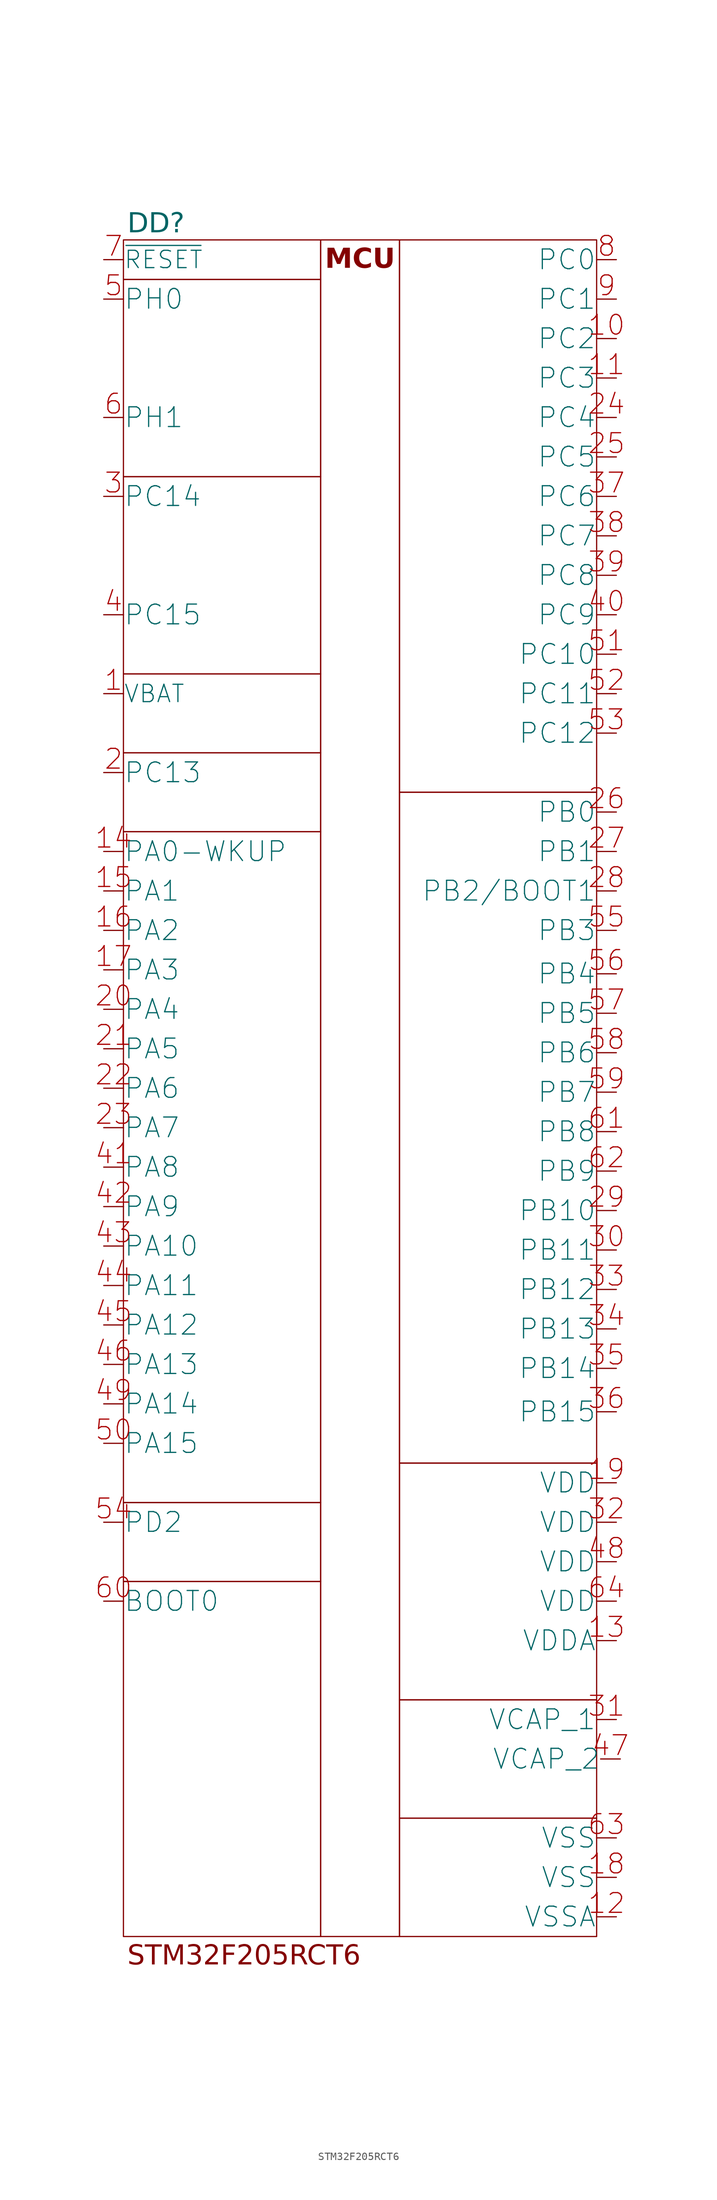
<source format=kicad_sym>
(kicad_symbol_lib
  (version 20220914)
  (generator kicad_symbol_editor)
  (symbol "STM32F205RCT6"
    (pin_names
      (offset 0.0001))
    (property "Reference" "DD"
      (at 3 4.5 0)
      (effects (font (face "GOST type A") (size 2.5 2.5) italic) (justify left)))
    (property "Value" ""
      (at -2 3 0)
      (effects (font (size 1.27 1.27))))
    (symbol "STM32F205RCT6_0_1"
      (rectangle (start 2.5 -167.5) (end 27.5 -212.5) (stroke (width 0) (type default)) (fill (type none)))
      (rectangle (start 2.5 -157.5) (end 27.5 -167.5) (stroke (width 0) (type default)) (fill (type none)))
      (rectangle (start 2.5 -72.5) (end 27.5 -157.5) (stroke (width 0) (type default)) (fill (type none)))
      (rectangle (start 2.5 -62.5) (end 27.5 -72.5) (stroke (width 0) (type default)) (fill (type none)))
      (rectangle (start 2.5 -52.5) (end 27.5 -62.5) (stroke (width 0) (type default)) (fill (type none)))
      (rectangle (start 2.5 -27.5) (end 27.5 -52.5) (stroke (width 0) (type default)) (fill (type none)))
      (rectangle (start 2.5 -2.5) (end 27.5 -27.5) (stroke (width 0) (type default)) (fill (type none)))
      (rectangle (start 2.5 2.5) (end 27.5 -2.5) (stroke (width 0) (type default)) (fill (type none)))
      (rectangle (start 27.5 2.5) (end 37.5 -212.5) (stroke (width 0) (type default)) (fill (type none)))
      (rectangle (start 37.5 -197.5) (end 62.5 -212.5) (stroke (width 0) (type default)) (fill (type none)))
      (rectangle (start 37.5 -182.5) (end 62.5 -197.5) (stroke (width 0) (type default)) (fill (type none)))
      (rectangle (start 37.5 -152.5) (end 62.5 -182.5) (stroke (width 0) (type default)) (fill (type none)))
      (rectangle (start 37.5 -67.5) (end 62.5 -152.5) (stroke (width 0) (type default)) (fill (type none)))
      (rectangle (start 37.5 2.5) (end 62.5 -67.5) (stroke (width 0) (type default)) (fill (type none))))
    (symbol "STM32F205RCT6_1_1"
      (text "MCU\n" (at 32.5 0 0) (effects (font (face "GOST type A") (size 2.5 2.5) bold)))
      (text "STM32F205RCT6" (at 3 -215 0) (effects (font (face "GOST type A") (size 2.5 2.5) italic) (justify left)))
      (pin input line (at 0 -55 0) (length 2.5) (name "VBAT" (effects (font (size 2.2 2.2)))) (number "1" (effects (font (size 2.5 2.5)))))
      (pin bidirectional line (at 65 -10 180) (length 2.5) (name "PC2" (effects (font (size 2.5 2.5)))) (number "10" (effects (font (size 2.5 2.5)))) (alternate "ADC123_IN12" bidirectional line) (alternate "OTG_HS_ULPI_DIR" bidirectional line) (alternate "RTH_MII_TXD2" bidirectional line) (alternate "SPI2_MISO" bidirectional line))
      (pin bidirectional line (at 65 -15 180) (length 2.5) (name "PC3" (effects (font (size 2.5 2.5)))) (number "11" (effects (font (size 2.5 2.5)))) (alternate "ADC123_IN13" bidirectional line) (alternate "I2S2_SD" bidirectional line) (alternate "OTG_HS_ULPI_NXT" bidirectional line) (alternate "RTH_MII_TX_CLK" bidirectional line) (alternate "SPI2_MOSI" bidirectional line))
      (pin power_in line (at 65 -210 180) (length 2.5) (name "VSSA" (effects (font (size 2.5 2.5)))) (number "12" (effects (font (size 2.5 2.5)))))
      (pin power_in line (at 65 -175 180) (length 2.5) (name "VDDA" (effects (font (size 2.5 2.5)))) (number "13" (effects (font (size 2.5 2.5)))))
      (pin bidirectional line (at 0 -75 0) (length 2.5) (name "PA0-WKUP" (effects (font (size 2.5 2.5)))) (number "14" (effects (font (size 2.5 2.5)))) (alternate "ADC123_IN0" bidirectional line) (alternate "ETH_MII_CRS" bidirectional line) (alternate "TIM2_CH1_ETR" bidirectional line) (alternate "TIM5_CH1" bidirectional line) (alternate "TIM8_ETR" bidirectional line) (alternate "UART4_TX" bidirectional line) (alternate "USART2_CTS" bidirectional line))
      (pin bidirectional line (at 0 -80 0) (length 2.5) (name "PA1" (effects (font (size 2.5 2.5)))) (number "15" (effects (font (size 2.5 2.5)))) (alternate "ADC123_IN1" bidirectional line) (alternate "ETH_MII_RX_CLK" bidirectional line) (alternate "ETH_RMII_REF_CLK" bidirectional line) (alternate "TIM2_CH2" bidirectional line) (alternate "TIM5_CH2" bidirectional line) (alternate "UART4_RX" bidirectional line) (alternate "USART2_RTS" bidirectional line))
      (pin bidirectional line (at 0 -85 0) (length 2.5) (name "PA2" (effects (font (size 2.5 2.5)))) (number "16" (effects (font (size 2.5 2.5)))) (alternate "ADC123_IN2" bidirectional line) (alternate "ETH_MDIO" bidirectional line) (alternate "TIM2_CH3" bidirectional line) (alternate "TIM5_CH3" bidirectional line) (alternate "TIM9_CH1" bidirectional line) (alternate "USART2_TX" bidirectional line))
      (pin bidirectional line (at 0 -90 0) (length 2.5) (name "PA3" (effects (font (size 2.5 2.5)))) (number "17" (effects (font (size 2.5 2.5)))) (alternate "ADC123_IN3" bidirectional line) (alternate "ETH_MII_COL" bidirectional line) (alternate "OTG_HS_ULPI_D0" bidirectional line) (alternate "TIM2_CH4" bidirectional line) (alternate "TIM5_CH4" bidirectional line) (alternate "TIM9_CH2" bidirectional line) (alternate "USART2_RX" bidirectional line))
      (pin power_in line (at 65 -205 180) (length 2.5) (name "VSS" (effects (font (size 2.5 2.5)))) (number "18" (effects (font (size 2.5 2.5)))))
      (pin power_in line (at 65 -155 180) (length 2.5) (name "VDD" (effects (font (size 2.5 2.5)))) (number "19" (effects (font (size 2.5 2.5)))))
      (pin bidirectional line (at 0 -65 0) (length 2.5) (name "PC13" (effects (font (size 2.5 2.5)))) (number "2" (effects (font (size 2.5 2.5)))) (alternate "RTC_AF1" bidirectional line))
      (pin bidirectional line (at 0 -95 0) (length 2.5) (name "PA4" (effects (font (size 2.5 2.5)))) (number "20" (effects (font (size 2.5 2.5)))) (alternate "ADC12_IN4" bidirectional line) (alternate "DAC_OUT1" bidirectional line) (alternate "DCMI_HSYNC" bidirectional line) (alternate "I2S3_WS" bidirectional line) (alternate "OTG_HS_SOF" bidirectional line) (alternate "SPI1_NSS" bidirectional line) (alternate "SPI3_NSS" bidirectional line) (alternate "USART2_CK" bidirectional line))
      (pin bidirectional line (at 0 -100 0) (length 2.5) (name "PA5" (effects (font (size 2.5 2.5)))) (number "21" (effects (font (size 2.5 2.5)))) (alternate "ADC12_IN5" bidirectional line) (alternate "DAC_OUT2" bidirectional line) (alternate "OTG_HS_ULPI_CK" bidirectional line) (alternate "SPI1_SCK" bidirectional line) (alternate "TIM2_CH1_ETR" bidirectional line) (alternate "TIM8_CH1N" bidirectional line))
      (pin bidirectional line (at 0 -105 0) (length 2.5) (name "PA6" (effects (font (size 2.5 2.5)))) (number "22" (effects (font (size 2.5 2.5)))) (alternate "ADC12_IN6" bidirectional line) (alternate "DCMI_PIXCLK" bidirectional line) (alternate "SPI1_MISO" bidirectional line) (alternate "TIM13_CH1" bidirectional line) (alternate "TIM1_BKIN" bidirectional line) (alternate "TIM3_CH1" bidirectional line) (alternate "TIM8_BKIN" bidirectional line))
      (pin bidirectional line (at 0 -110 0) (length 2.5) (name "PA7" (effects (font (size 2.5 2.5)))) (number "23" (effects (font (size 2.5 2.5)))) (alternate "ADC12_IN7" bidirectional line) (alternate "ETH_MII_RX_DV" bidirectional line) (alternate "ETH_RMII_CRS_DV" bidirectional line) (alternate "SPI1_MOSI" bidirectional line) (alternate "TIM144_CH1" bidirectional line) (alternate "TIM1_CH1N" bidirectional line) (alternate "TIM3_CH2" bidirectional line) (alternate "TIM8_CH1N" bidirectional line))
      (pin bidirectional line (at 65 -20 180) (length 2.5) (name "PC4" (effects (font (size 2.5 2.5)))) (number "24" (effects (font (size 2.5 2.5)))) (alternate "ADC12_IN14" bidirectional line) (alternate "ETH_MII_RXD0" bidirectional line) (alternate "ETH_RMII_RXD0" bidirectional line))
      (pin bidirectional line (at 65 -25 180) (length 2.5) (name "PC5" (effects (font (size 2.5 2.5)))) (number "25" (effects (font (size 2.5 2.5)))) (alternate "ADC12_IN15" bidirectional line) (alternate "ETH_MII_RXD1" bidirectional line) (alternate "ETH_RMII_RXD1" bidirectional line))
      (pin bidirectional line (at 65 -70 180) (length 2.5) (name "PB0" (effects (font (size 2.5 2.5)))) (number "26" (effects (font (size 2.5 2.5)))) (alternate "ADC12_IN8" bidirectional line) (alternate "ETH_MII_RXD2" bidirectional line) (alternate "OTG_HS_ULPI_D1" bidirectional line) (alternate "TIM1_CH2N" bidirectional line) (alternate "TIM3_CH3" bidirectional line) (alternate "TIM8_CH2N" bidirectional line))
      (pin bidirectional line (at 65 -75 180) (length 2.5) (name "PB1" (effects (font (size 2.5 2.5)))) (number "27" (effects (font (size 2.5 2.5)))) (alternate "ADC12_IN9" bidirectional line) (alternate "ETH_MII_RXD3" bidirectional line) (alternate "OTG_HS_ULPI_D2" bidirectional line) (alternate "TIM1_CH3N" bidirectional line) (alternate "TIM3_CH4" bidirectional line) (alternate "TIM8CH3N" bidirectional line))
      (pin bidirectional line (at 65 -80 180) (length 2.5) (name "PB2/BOOT1" (effects (font (size 2.5 2.5)))) (number "28" (effects (font (size 2.5 2.5)))))
      (pin bidirectional line (at 65 -120.5 180) (length 2.5) (name "PB10" (effects (font (size 2.5 2.5)))) (number "29" (effects (font (size 2.5 2.5)))) (alternate "ETH_MII_RX_ER" bidirectional line) (alternate "I2C2_SCL" bidirectional line) (alternate "I2S2_SCK" bidirectional line) (alternate "OTG_HS_ULPI_D3" bidirectional line) (alternate "SPI2_SCK" bidirectional line) (alternate "TIM2_CH3" bidirectional line) (alternate "USART3_TX" bidirectional line))
      (pin bidirectional line (at 0 -30 0) (length 2.5) (name "PC14" (effects (font (size 2.5 2.5)))) (number "3" (effects (font (size 2.5 2.5)))) (alternate "OSC32_IN" bidirectional line))
      (pin bidirectional line (at 65 -125.5 180) (length 2.5) (name "PB11" (effects (font (size 2.5 2.5)))) (number "30" (effects (font (size 2.5 2.5)))) (alternate "ETH_MII_TX_EN" bidirectional line) (alternate "ETH_RMII_TX_EN" bidirectional line) (alternate "I2C2_SDA" bidirectional line) (alternate "OTG_HS_ULPI_D4" bidirectional line) (alternate "TIM2_CH4" bidirectional line) (alternate "USART3_RX" bidirectional line))
      (pin output line (at 65 -185 180) (length 2.5) (name "VCAP_1" (effects (font (size 2.5 2.5)))) (number "31" (effects (font (size 2.5 2.5)))))
      (pin power_in line (at 65 -160 180) (length 2.5) (name "VDD" (effects (font (size 2.5 2.5)))) (number "32" (effects (font (size 2.5 2.5)))))
      (pin bidirectional line (at 65 -130.5 180) (length 2.5) (name "PB12" (effects (font (size 2.5 2.5)))) (number "33" (effects (font (size 2.5 2.5)))) (alternate "CAN2_RX" bidirectional line) (alternate "ETH_MII_TXD0" bidirectional line) (alternate "ETH_RMII_TXD0" bidirectional line) (alternate "I2C2_SMBA" bidirectional line) (alternate "I2S2_WS" bidirectional line) (alternate "OTG_HS_ID" bidirectional line) (alternate "OTG_HS_ULPI_D5" bidirectional line) (alternate "SPI2_NSS" bidirectional line) (alternate "TIM1_BIKIN" bidirectional line) (alternate "USART3_CK" bidirectional line))
      (pin bidirectional line (at 65 -135.5 180) (length 2.5) (name "PB13" (effects (font (size 2.5 2.5)))) (number "34" (effects (font (size 2.5 2.5)))) (alternate "CAN2_TX" bidirectional line) (alternate "ETH_MII_TXD1" bidirectional line) (alternate "ETH_RMII_TXD1" bidirectional line) (alternate "I2S2_SCK" bidirectional line) (alternate "OTG_HS_ULPI_D6" bidirectional line) (alternate "OTG_HS_VBUS" bidirectional line) (alternate "SPI2_SCK" bidirectional line) (alternate "TIM1_CH1N" bidirectional line) (alternate "USART3_CTS" bidirectional line))
      (pin bidirectional line (at 65 -140.5 180) (length 2.5) (name "PB14" (effects (font (size 2.5 2.5)))) (number "35" (effects (font (size 2.5 2.5)))) (alternate "OTG_HS_DM" bidirectional line) (alternate "SPI2_MISO" bidirectional line) (alternate "TIM12_CH1" bidirectional line) (alternate "TIM1_CH2N" bidirectional line) (alternate "TIM8_CH2N" bidirectional line) (alternate "USART3_RTS" bidirectional line))
      (pin bidirectional line (at 65 -146 180) (length 2.5) (name "PB15" (effects (font (size 2.5 2.5)))) (number "36" (effects (font (size 2.5 2.5)))) (alternate "I2S2_SD" bidirectional line) (alternate "OTG_HS_DP" bidirectional line) (alternate "RTC_50Hz" bidirectional line) (alternate "SPI2_MOSI" bidirectional line) (alternate "TIM12_CH2" bidirectional line) (alternate "TIM1_CH3N" bidirectional line) (alternate "TIM8_CH3N" bidirectional line))
      (pin bidirectional line (at 65 -30 180) (length 2.5) (name "PC6" (effects (font (size 2.5 2.5)))) (number "37" (effects (font (size 2.5 2.5)))) (alternate "DCMI_D0" bidirectional line) (alternate "I2S2_MCK" bidirectional line) (alternate "SDIO_D6" bidirectional line) (alternate "TIM3_CH1" bidirectional line) (alternate "TIM8_CH1" bidirectional line) (alternate "USART6_TX" bidirectional line))
      (pin bidirectional line (at 65 -35 180) (length 2.5) (name "PC7" (effects (font (size 2.5 2.5)))) (number "38" (effects (font (size 2.5 2.5)))) (alternate "DCMI_D1" bidirectional line) (alternate "I2S3_MCK" bidirectional line) (alternate "SDIO_D7" bidirectional line) (alternate "TIM3_CH2" bidirectional line) (alternate "TIM8_CH2" bidirectional line) (alternate "USART6_RX" bidirectional line))
      (pin bidirectional line (at 65 -40 180) (length 2.5) (name "PC8" (effects (font (size 2.5 2.5)))) (number "39" (effects (font (size 2.5 2.5)))) (alternate "DCMI_D2" bidirectional line) (alternate "SDIO_D0" bidirectional line) (alternate "TIM3_CH3" bidirectional line) (alternate "TIM8_CH3" bidirectional line) (alternate "USART6_CK" bidirectional line))
      (pin bidirectional line (at 0 -45 0) (length 2.5) (name "PC15" (effects (font (size 2.5 2.5)))) (number "4" (effects (font (size 2.5 2.5)))) (alternate "OSC32_OUT" bidirectional line))
      (pin bidirectional line (at 65 -45 180) (length 2.5) (name "PC9" (effects (font (size 2.5 2.5)))) (number "40" (effects (font (size 2.5 2.5)))) (alternate "DCMI_D3" bidirectional line) (alternate "I2C3_SDA" bidirectional line) (alternate "I2S2_CKIN" bidirectional line) (alternate "I2S3_CKIN" bidirectional line) (alternate "MCO2" bidirectional line) (alternate "SDIO_D1" bidirectional line) (alternate "TIM3_CH4" bidirectional line) (alternate "TIM8_CH4" bidirectional line))
      (pin bidirectional line (at 0 -115 0) (length 2.5) (name "PA8" (effects (font (size 2.5 2.5)))) (number "41" (effects (font (size 2.5 2.5)))) (alternate "I2C3_SCL" bidirectional line) (alternate "MCO1" bidirectional line) (alternate "OTG_FS_SOF" bidirectional line) (alternate "TIM1_CH1" bidirectional line) (alternate "USART1_CK" bidirectional line))
      (pin bidirectional line (at 0 -120 0) (length 2.5) (name "PA9" (effects (font (size 2.5 2.5)))) (number "42" (effects (font (size 2.5 2.5)))) (alternate "DCMI_D0" bidirectional line) (alternate "I2C3_SMBA" bidirectional line) (alternate "OTG_FS_VBUS" bidirectional line) (alternate "TIM1_CH2" bidirectional line) (alternate "USART1_TX" bidirectional line))
      (pin bidirectional line (at 0 -125 0) (length 2.5) (name "PA10" (effects (font (size 2.5 2.5)))) (number "43" (effects (font (size 2.5 2.5)))) (alternate "DCMI_D1" bidirectional line) (alternate "OTG_FS_ID" bidirectional line) (alternate "TIM1_CH3" bidirectional line) (alternate "USART1_RX" bidirectional line))
      (pin bidirectional line (at 0 -130 0) (length 2.5) (name "PA11" (effects (font (size 2.5 2.5)))) (number "44" (effects (font (size 2.5 2.5)))) (alternate "CAN1_RX" bidirectional line) (alternate "OTG_FS_DM" bidirectional line) (alternate "TIM1_CH4" bidirectional line) (alternate "USART1_CTS" bidirectional line))
      (pin bidirectional line (at 0 -135 0) (length 2.5) (name "PA12" (effects (font (size 2.5 2.5)))) (number "45" (effects (font (size 2.5 2.5)))) (alternate "CAN1_TX" bidirectional line) (alternate "OTG_FS_DP" bidirectional line) (alternate "TIM1_ETR" bidirectional line) (alternate "USART1_RTS" bidirectional line))
      (pin bidirectional line (at 0 -140 0) (length 2.5) (name "PA13" (effects (font (size 2.5 2.5)))) (number "46" (effects (font (size 2.5 2.5)))) (alternate "JTMS-SWDIO" bidirectional line))
      (pin output line (at 65.5 -190 180) (length 2.5) (name "VCAP_2" (effects (font (size 2.5 2.5)))) (number "47" (effects (font (size 2.5 2.5)))))
      (pin power_in line (at 65 -165 180) (length 2.5) (name "VDD" (effects (font (size 2.5 2.5)))) (number "48" (effects (font (size 2.5 2.5)))))
      (pin bidirectional line (at 0 -145 0) (length 2.5) (name "PA14" (effects (font (size 2.5 2.5)))) (number "49" (effects (font (size 2.5 2.5)))) (alternate "JTCK-SWCLK" bidirectional line))
      (pin bidirectional line (at 0 -5 0) (length 2.5) (name "PH0" (effects (font (size 2.5 2.5)))) (number "5" (effects (font (size 2.5 2.5)))) (alternate "OSC_IN" bidirectional line))
      (pin bidirectional line (at 0 -150 0) (length 2.5) (name "PA15" (effects (font (size 2.5 2.5)))) (number "50" (effects (font (size 2.5 2.5)))) (alternate "I2S3_WS" bidirectional line) (alternate "JTDI" bidirectional line) (alternate "SPI1_NSS" bidirectional line) (alternate "SPI3_NSS" bidirectional line) (alternate "TIM2_CH1_ETR" bidirectional line))
      (pin bidirectional line (at 65 -50 180) (length 2.5) (name "PC10" (effects (font (size 2.5 2.5)))) (number "51" (effects (font (size 2.5 2.5)))) (alternate "DCMI_D8" bidirectional line) (alternate "I2S3_SCK" bidirectional line) (alternate "SDIO_D2" bidirectional line) (alternate "SPI3_SCK" bidirectional line) (alternate "UART4_TX" bidirectional line) (alternate "USART3_TX" bidirectional line))
      (pin bidirectional line (at 65 -55 180) (length 2.5) (name "PC11" (effects (font (size 2.5 2.5)))) (number "52" (effects (font (size 2.5 2.5)))) (alternate "DCMI_D4" bidirectional line) (alternate "SDIO_D3" bidirectional line) (alternate "SPI3_MISO" bidirectional line) (alternate "UART4_RX" bidirectional line) (alternate "USART3_RX" bidirectional line))
      (pin bidirectional line (at 65 -60 180) (length 2.5) (name "PC12" (effects (font (size 2.5 2.5)))) (number "53" (effects (font (size 2.5 2.5)))) (alternate "DCMI_D9" bidirectional line) (alternate "I2S3_SD" bidirectional line) (alternate "SDIO_CK" bidirectional line) (alternate "SPI3_MOSI" bidirectional line) (alternate "UART5_TX" bidirectional line) (alternate "USART3_CK" bidirectional line))
      (pin bidirectional line (at 0 -160 0) (length 2.5) (name "PD2" (effects (font (size 2.5 2.5)))) (number "54" (effects (font (size 2.5 2.5)))))
      (pin bidirectional line (at 65 -85 180) (length 2.5) (name "PB3" (effects (font (size 2.5 2.5)))) (number "55" (effects (font (size 2.5 2.5)))) (alternate "I2S3_SCK" bidirectional line) (alternate "JTDO" bidirectional line) (alternate "SPI1_SCK" bidirectional line) (alternate "SPI3_SCK" bidirectional line) (alternate "TIM2_CH2" bidirectional line) (alternate "TRACESWO" bidirectional line))
      (pin bidirectional line (at 65 -90.5 180) (length 2.5) (name "PB4" (effects (font (size 2.5 2.5)))) (number "56" (effects (font (size 2.5 2.5)))) (alternate "SPI1_MISO" bidirectional line) (alternate "SPI3_MISO" bidirectional line) (alternate "TIM3_CH1" bidirectional line) (alternate "~{JTRST}" bidirectional line))
      (pin bidirectional line (at 65 -95.5 180) (length 2.5) (name "PB5" (effects (font (size 2.5 2.5)))) (number "57" (effects (font (size 2.5 2.5)))) (alternate "CAN2_RX" bidirectional line) (alternate "DCMI_D10" bidirectional line) (alternate "ETH_PPS_OUT" bidirectional line) (alternate "I2C1_SMBA" bidirectional line) (alternate "I2S3_SD" bidirectional line) (alternate "OTG_HS_ULPI_D7" bidirectional line) (alternate "SPI1_MOSI" bidirectional line) (alternate "SPI3_MOSI" bidirectional line) (alternate "TIM3_CH2" bidirectional line))
      (pin bidirectional line (at 65 -100.5 180) (length 2.5) (name "PB6" (effects (font (size 2.5 2.5)))) (number "58" (effects (font (size 2.5 2.5)))) (alternate "CAN2_TX" bidirectional line) (alternate "DCMI_D5" bidirectional line) (alternate "I2C1_SCL" bidirectional line) (alternate "TIM4_CH1" bidirectional line) (alternate "USART1_TX" bidirectional line))
      (pin bidirectional line (at 65 -105.5 180) (length 2.5) (name "PB7" (effects (font (size 2.5 2.5)))) (number "59" (effects (font (size 2.5 2.5)))) (alternate "DCMI_VSYNC" bidirectional line) (alternate "FSMC_NL" bidirectional line) (alternate "I2C1_SDA" bidirectional line) (alternate "TIM4_CH2" bidirectional line) (alternate "USART1_RX" bidirectional line))
      (pin bidirectional line (at 0 -20 0) (length 2.5) (name "PH1" (effects (font (size 2.5 2.5)))) (number "6" (effects (font (size 2.5 2.5)))) (alternate "OSC_OUT" bidirectional line))
      (pin bidirectional line (at 0 -170 0) (length 2.5) (name "BOOT0" (effects (font (size 2.5 2.5)))) (number "60" (effects (font (size 2.5 2.5)))))
      (pin bidirectional line (at 65 -110.5 180) (length 2.5) (name "PB8" (effects (font (size 2.5 2.5)))) (number "61" (effects (font (size 2.5 2.5)))) (alternate "CAN1_RX" bidirectional line) (alternate "DCMI_D6" bidirectional line) (alternate "ETH_MII_TXD3" bidirectional line) (alternate "I2C1_SCL" bidirectional line) (alternate "SDIO_D4" bidirectional line) (alternate "TIM10_CH1" bidirectional line) (alternate "TIM4_CH3" bidirectional line))
      (pin bidirectional line (at 65 -115.5 180) (length 2.5) (name "PB9" (effects (font (size 2.5 2.5)))) (number "62" (effects (font (size 2.5 2.5)))) (alternate "CAN1_TX" bidirectional line) (alternate "DCMI_D7" bidirectional line) (alternate "I2C1_SDA" bidirectional line) (alternate "I2S2_WS" bidirectional line) (alternate "SDIO_D5" bidirectional line) (alternate "SPI2_NSS" bidirectional line) (alternate "TIM11_CH1" bidirectional line) (alternate "TIM4_CH4" bidirectional line))
      (pin power_in line (at 65 -200 180) (length 2.5) (name "VSS" (effects (font (size 2.5 2.5)))) (number "63" (effects (font (size 2.5 2.5)))))
      (pin power_in line (at 65 -170 180) (length 2.5) (name "VDD" (effects (font (size 2.5 2.5)))) (number "64" (effects (font (size 2.5 2.5)))))
      (pin input line (at 0 0 0) (length 2.5) (name "~{RESET}" (effects (font (size 2.2 2.2)))) (number "7" (effects (font (size 2.5 2.5)))))
      (pin bidirectional line (at 65 0 180) (length 2.5) (name "PC0" (effects (font (size 2.5 2.5)))) (number "8" (effects (font (size 2.5 2.5)))) (alternate "ADC123_IN10" bidirectional line) (alternate "OTG_HS_ULPI_STP" bidirectional line))
      (pin bidirectional line (at 65 -5 180) (length 2.5) (name "PC1" (effects (font (size 2.5 2.5)))) (number "9" (effects (font (size 2.5 2.5)))) (alternate "ADC123_IN11" bidirectional line) (alternate "ETH_MDC" bidirectional line)))))
</source>
